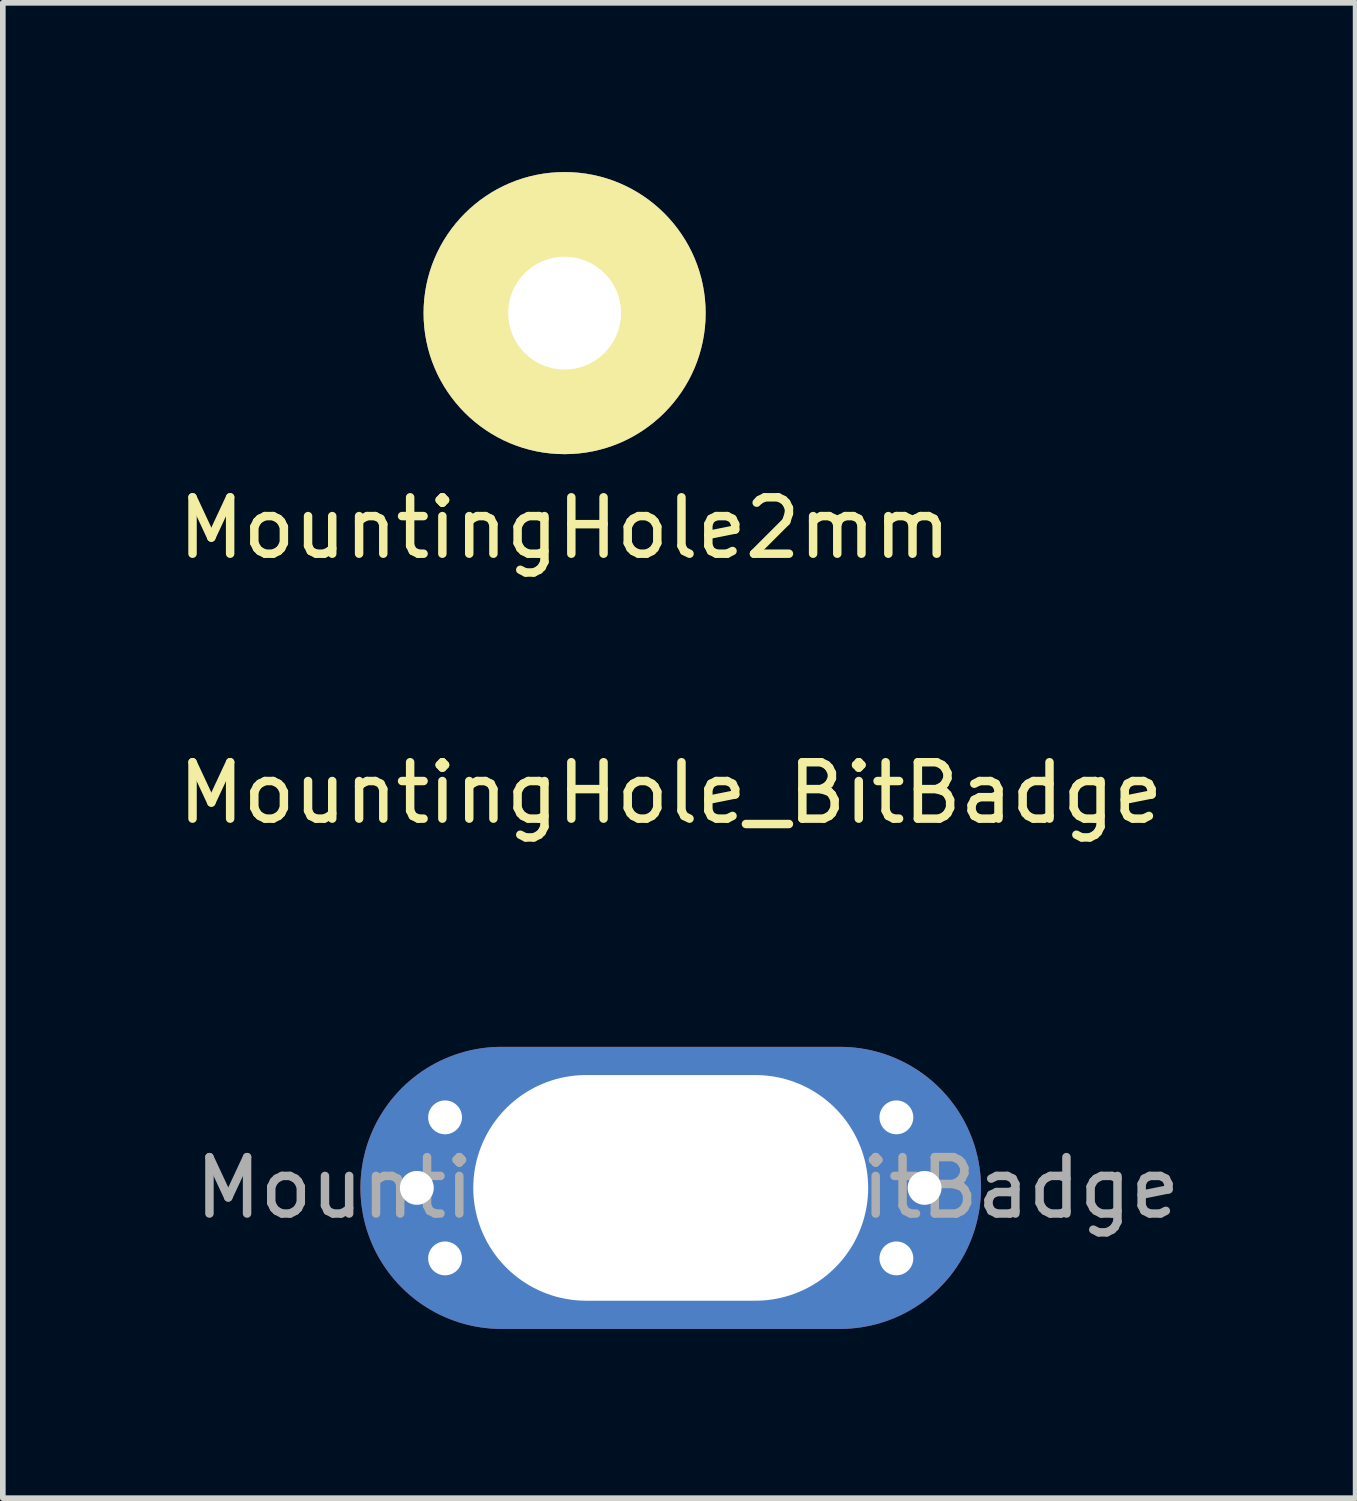
<source format=kicad_pcb>
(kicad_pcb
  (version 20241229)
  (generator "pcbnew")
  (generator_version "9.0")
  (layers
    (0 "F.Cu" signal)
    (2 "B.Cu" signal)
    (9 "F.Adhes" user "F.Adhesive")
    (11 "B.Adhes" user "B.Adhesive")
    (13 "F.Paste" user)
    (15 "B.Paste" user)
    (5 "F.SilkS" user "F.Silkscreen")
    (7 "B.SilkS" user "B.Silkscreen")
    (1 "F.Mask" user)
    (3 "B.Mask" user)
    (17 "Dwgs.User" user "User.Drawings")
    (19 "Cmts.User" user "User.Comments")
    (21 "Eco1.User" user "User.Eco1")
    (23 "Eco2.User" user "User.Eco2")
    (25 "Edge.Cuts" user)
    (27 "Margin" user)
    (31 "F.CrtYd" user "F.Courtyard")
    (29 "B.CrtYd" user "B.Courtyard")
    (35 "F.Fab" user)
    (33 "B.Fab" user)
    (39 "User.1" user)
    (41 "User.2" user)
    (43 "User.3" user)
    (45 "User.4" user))
  (footprint "MountingHole2mm"
    (layer "F.Cu")
    (at 6.958 2.5)
    (property "Reference" "MountingHole2mm" (at 0 3.81 0) (layer "F.SilkS") (effects (font (size 1 1) (thickness 0.15))))
    (attr through_hole)
    (pad "1" thru_hole circle (at 0 0) (size 5 5) (drill 2) (layers "*.Cu" "*.Mask" "F.SilkS")))
  (footprint "MountingHole_BitBadge"
    (layer "F.Cu")
    (at 8.839 18.006)
    (property "Reference" "MountingHole_BitBadge" (at 0 -7 0) (layer "F.SilkS") (effects (font (size 1 1) (thickness 0.15))))
    (attr exclude_from_pos_files exclude_from_bom)
    (fp_text user "${REFERENCE}" (at 0.3 0 0) (layer "F.Fab") (effects (font (size 1 1) (thickness 0.15))))
    (pad "1" thru_hole circle (at -4.5 0) (size 0.9 0.9) (drill 0.6) (layers "*.Cu" "*.Mask"))
    (pad "1" thru_hole circle (at -4 -1.25) (size 0.9 0.9) (drill 0.6) (layers "*.Cu" "*.Mask"))
    (pad "1" thru_hole circle (at -4 1.25) (size 0.9 0.9) (drill 0.6) (layers "*.Cu" "*.Mask"))
    (pad "1" thru_hole oval (at 0 0) (size 11 5) (drill oval 7 4) (layers "*.Cu" "*.Mask"))
    (pad "1" thru_hole circle (at 4 -1.25) (size 0.9 0.9) (drill 0.6) (layers "*.Cu" "*.Mask"))
    (pad "1" thru_hole circle (at 4 1.25) (size 0.9 0.9) (drill 0.6) (layers "*.Cu" "*.Mask"))
    (pad "1" thru_hole circle (at 4.5 0) (size 0.9 0.9) (drill 0.6) (layers "*.Cu" "*.Mask")))
  (gr_rect
    (start -3 -3)
    (end 20.979 23.506)
    (stroke (width 0.1) (type default))
    (fill no)
    (layer "Edge.Cuts")))
</source>
